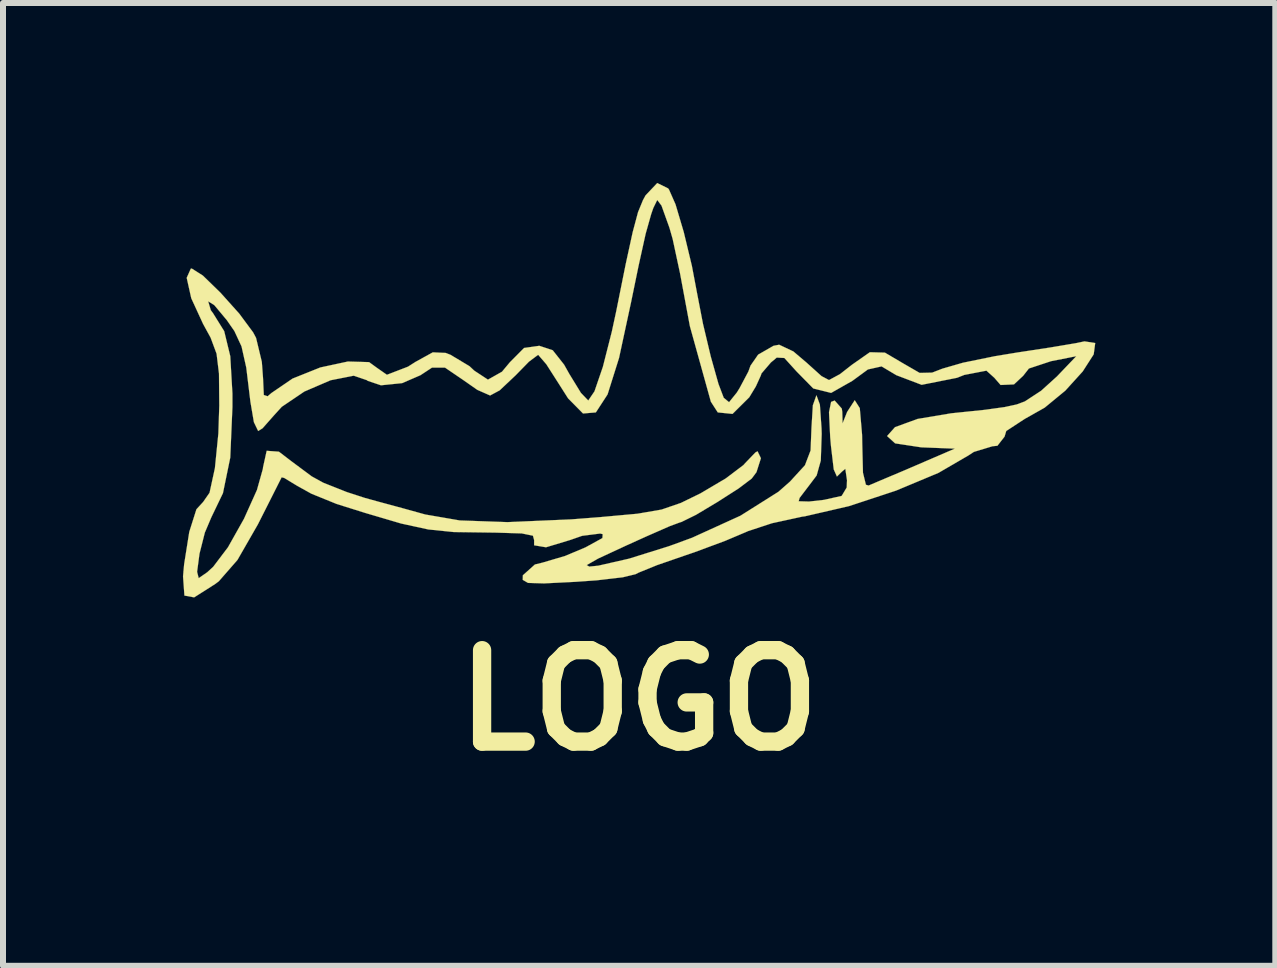
<source format=kicad_pcb>
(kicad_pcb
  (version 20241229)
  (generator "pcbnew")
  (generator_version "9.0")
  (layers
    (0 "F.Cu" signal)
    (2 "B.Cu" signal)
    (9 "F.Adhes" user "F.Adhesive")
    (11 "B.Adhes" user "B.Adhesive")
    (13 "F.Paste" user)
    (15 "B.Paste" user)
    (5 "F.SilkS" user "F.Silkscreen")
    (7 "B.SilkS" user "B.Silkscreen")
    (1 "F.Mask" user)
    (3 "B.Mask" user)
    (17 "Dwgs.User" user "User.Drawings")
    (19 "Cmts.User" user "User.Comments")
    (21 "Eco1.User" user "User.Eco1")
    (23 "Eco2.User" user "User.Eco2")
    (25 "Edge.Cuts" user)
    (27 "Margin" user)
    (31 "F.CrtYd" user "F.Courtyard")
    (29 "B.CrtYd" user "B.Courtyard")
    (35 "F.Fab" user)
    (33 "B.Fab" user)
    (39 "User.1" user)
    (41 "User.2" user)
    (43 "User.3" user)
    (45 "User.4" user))
  (footprint "LOGO"
    (layer "F.Cu")
    (at 7.598 3.542)
    (property "Reference" "LOGO" (at 0 5.08 0) (layer "F.SilkS") (effects (font (size 1.524 1.524) (thickness 0.305))))
    (attr through_hole)
    (fp_poly (pts (xy -7.412 3.365) (xy -7.336 3.317) (xy -7.336 3.045) (xy -7.363 2.939) (xy -7.323 2.637) (xy -7.234 2.286) (xy -7.125 2.029) (xy -6.932 1.628) (xy -6.81 1.034) (xy -6.774 0.193) (xy -6.774 -0.033) (xy -6.81 -0.655) (xy -6.911 -1.072) (xy -7.099 -1.374) (xy -7.135 -1.422) (xy -7.178 -1.57) (xy -7.076 -1.506) (xy -6.868 -1.257) (xy -6.741 -1.074) (xy -6.622 -0.818) (xy -6.543 -0.465) (xy -6.474 0.104) (xy -6.416 0.445) (xy -6.345 0.592) (xy -6.271 0.546) (xy -6.076 0.325) (xy -5.951 0.188) (xy -5.575 -0.066) (xy -5.138 -0.254) (xy -4.752 -0.33) (xy -4.529 -0.254) (xy -4.524 -0.246) (xy -4.298 -0.17) (xy -3.945 -0.206) (xy -3.64 -0.338) (xy -3.447 -0.465) (xy -3.231 -0.465) (xy -2.921 -0.254) (xy -2.692 -0.094) (xy -2.479 0) (xy -2.319 -0.086) (xy -2.052 -0.338) (xy -1.831 -0.564) (xy -1.681 -0.676) (xy -1.676 -0.676) (xy -1.542 -0.521) (xy -1.331 -0.191) (xy -1.179 0.048) (xy -0.93 0.3) (xy -0.716 0.282) (xy -0.521 -0.018) (xy -0.33 -0.625) (xy -0.13 -1.552) (xy -0.005 -2.159) (xy 0.114 -2.697) (xy 0.206 -3.023) (xy 0.241 -3.124) (xy 0.307 -3.259) (xy 0.378 -3.165) (xy 0.511 -2.794) (xy 0.564 -2.609) (xy 0.686 -2.042) (xy 0.851 -1.156) (xy 1.201 0.104) (xy 1.316 0.282) (xy 1.562 0.307) (xy 1.841 0.03) (xy 1.951 -0.152) (xy 2.032 -0.33) (xy 2.045 -0.368) (xy 2.202 -0.551) (xy 2.299 -0.632) (xy 2.426 -0.625) (xy 2.629 -0.401) (xy 2.908 -0.117) (xy 3.205 -0.043) (xy 3.559 -0.244) (xy 3.818 -0.434) (xy 4.046 -0.485) (xy 4.293 -0.338) (xy 4.714 -0.178) (xy 5.304 -0.295) (xy 5.425 -0.343) (xy 5.794 -0.414) (xy 5.926 -0.295) (xy 6.03 -0.175) (xy 6.253 -0.185) (xy 6.406 -0.328) (xy 6.502 -0.45) (xy 6.871 -0.572) (xy 7.292 -0.655) (xy 6.97 -0.318) (xy 6.706 -0.079) (xy 6.434 0.099) (xy 6.297 0.15) (xy 6.099 0.193) (xy 5.768 0.239) (xy 5.207 0.297) (xy 4.646 0.391) (xy 4.27 0.528) (xy 4.138 0.676) (xy 4.272 0.798) (xy 4.707 0.864) (xy 5.268 0.886) (xy 4.602 1.173) (xy 4.435 1.245) (xy 4.039 1.412) (xy 3.83 1.501) (xy 3.785 1.488) (xy 3.736 1.288) (xy 3.724 0.813) (xy 3.721 0.653) (xy 3.683 0.211) (xy 3.599 0.079) (xy 3.472 0.274) (xy 3.396 0.465) (xy 3.391 0.274) (xy 3.383 0.218) (xy 3.264 0.084) (xy 3.205 0.107) (xy 3.17 0.279) (xy 3.19 0.696) (xy 3.203 0.843) (xy 3.249 1.232) (xy 3.302 1.351) (xy 3.388 1.267) (xy 3.442 1.222) (xy 3.47 1.412) (xy 3.465 1.534) (xy 3.381 1.674) (xy 3.086 1.74) (xy 2.837 1.768) (xy 2.664 1.763) (xy 2.68 1.707) (xy 2.837 1.501) (xy 2.964 1.333) (xy 3.033 1.085) (xy 3.048 0.638) (xy 3.045 0.546) (xy 3.018 0.152) (xy 2.962 0) (xy 2.959 0) (xy 2.901 0.163) (xy 2.878 0.538) (xy 2.863 0.917) (xy 2.769 1.163) (xy 2.52 1.435) (xy 2.327 1.605) (xy 1.694 2.004) (xy 0.886 2.372) (xy 0.503 2.512) (xy -0.163 2.72) (xy -0.676 2.837) (xy -0.826 2.852) (xy -0.869 2.827) (xy -0.678 2.718) (xy -0.213 2.502) (xy 0.13 2.347) (xy 0.513 2.179) (xy 0.683 2.116) (xy 0.711 2.108) (xy 0.953 1.989) (xy 1.311 1.775) (xy 1.664 1.549) (xy 1.882 1.384) (xy 1.961 1.278) (xy 2.035 1.046) (xy 1.979 0.93) (xy 1.943 0.95) (xy 1.775 1.125) (xy 1.742 1.161) (xy 1.45 1.382) (xy 1.029 1.631) (xy 0.701 1.791) (xy 0.378 1.902) (xy -0.023 1.971) (xy -0.638 2.027) (xy -1.125 2.065) (xy -2.189 2.111) (xy -2.985 2.083) (xy -3.559 1.984) (xy -3.934 1.88) (xy -4.359 1.765) (xy -4.569 1.707) (xy -4.867 1.61) (xy -5.258 1.455) (xy -5.451 1.349) (xy -5.786 1.1) (xy -5.999 0.937) (xy -6.203 0.922) (xy -6.264 1.199) (xy -6.266 1.222) (xy -6.365 1.575) (xy -6.581 2.055) (xy -6.848 2.53) (xy -7.094 2.855) (xy -7.193 2.946) (xy -7.336 3.045) (xy -7.336 3.317) (xy -7.061 3.142) (xy -7 3.096) (xy -6.69 2.741) (xy -6.35 2.149) (xy -6.215 1.882) (xy -6.032 1.519) (xy -5.954 1.364) (xy -5.911 1.374) (xy -5.697 1.504) (xy -5.456 1.638) (xy -5.037 1.808) (xy -4.559 1.958) (xy -3.962 2.134) (xy -3.508 2.233) (xy -3.086 2.276) (xy -2.588 2.283) (xy -2.375 2.286) (xy -1.951 2.299) (xy -1.765 2.337) (xy -1.745 2.41) (xy -1.745 2.497) (xy -1.547 2.53) (xy -1.143 2.408) (xy -0.945 2.339) (xy -0.645 2.301) (xy -0.602 2.311) (xy -0.607 2.377) (xy -0.889 2.532) (xy -1.229 2.675) (xy -1.605 2.786) (xy -1.732 2.817) (xy -1.933 2.997) (xy -1.935 3.073) (xy -1.847 3.124) (xy -1.58 3.132) (xy -1.059 3.106) (xy -0.704 3.081) (xy -0.267 3.03) (xy -0.056 2.979) (xy 0 2.951) (xy 0.305 2.827) (xy 0.759 2.67) (xy 0.932 2.611) (xy 1.438 2.423) (xy 1.793 2.273) (xy 1.819 2.261) (xy 2.22 2.129) (xy 2.725 2.019) (xy 2.766 2.014) (xy 3.503 1.844) (xy 4.288 1.585) (xy 4.994 1.29) (xy 5.491 1.001) (xy 5.585 0.94) (xy 5.895 0.846) (xy 5.977 0.838) (xy 6.096 0.686) (xy 6.124 0.592) (xy 6.431 0.391) (xy 6.764 0.203) (xy 7.109 -0.081) (xy 7.399 -0.401) (xy 7.582 -0.686) (xy 7.607 -0.874) (xy 7.429 -0.902) (xy 7.28 -0.871) (xy 6.858 -0.8) (xy 6.307 -0.716) (xy 5.936 -0.655) (xy 5.403 -0.546) (xy 5.06 -0.447) (xy 4.889 -0.381) (xy 4.681 -0.376) (xy 4.404 -0.536) (xy 4.102 -0.714) (xy 3.851 -0.721) (xy 3.551 -0.511) (xy 3.353 -0.356) (xy 3.17 -0.257) (xy 3.045 -0.323) (xy 2.794 -0.549) (xy 2.576 -0.734) (xy 2.339 -0.846) (xy 2.245 -0.828) (xy 1.989 -0.681) (xy 1.862 -0.498) (xy 1.826 -0.399) (xy 1.679 -0.122) (xy 1.633 -0.048) (xy 1.504 0.112) (xy 1.415 0.038) (xy 1.328 -0.191) (xy 1.199 -0.65) (xy 1.069 -1.196) (xy 0.973 -1.692) (xy 0.884 -2.162) (xy 0.749 -2.723) (xy 0.612 -3.185) (xy 0.503 -3.432) (xy 0.488 -3.452) (xy 0.307 -3.541) (xy 0.112 -3.335) (xy 0.069 -3.256) (xy -0.013 -3.056) (xy -0.102 -2.723) (xy -0.218 -2.192) (xy -0.378 -1.397) (xy -0.45 -1.064) (xy -0.599 -0.478) (xy -0.739 -0.069) (xy -0.843 0.084) (xy -0.965 -0.043) (xy -1.158 -0.358) (xy -1.245 -0.513) (xy -1.435 -0.754) (xy -1.659 -0.828) (xy -1.913 -0.792) (xy -2.149 -0.554) (xy -2.281 -0.396) (xy -2.515 -0.264) (xy -2.743 -0.414) (xy -2.822 -0.488) (xy -3.139 -0.678) (xy -3.218 -0.709) (xy -3.434 -0.719) (xy -3.724 -0.559) (xy -3.848 -0.48) (xy -4.199 -0.345) (xy -4.371 -0.465) (xy -4.496 -0.556) (xy -4.849 -0.566) (xy -5.309 -0.467) (xy -5.771 -0.282) (xy -6.124 -0.041) (xy -6.187 0.013) (xy -6.251 -0.008) (xy -6.264 -0.292) (xy -6.284 -0.561) (xy -6.38 -0.96) (xy -6.429 -1.052) (xy -6.66 -1.364) (xy -6.972 -1.712) (xy -7.267 -1.999) (xy -7.452 -2.116) (xy -7.468 -2.113) (xy -7.536 -1.961) (xy -7.46 -1.621) (xy -7.262 -1.191) (xy -7.137 -0.963) (xy -7.038 -0.696) (xy -6.998 -0.366) (xy -6.993 0.168) (xy -7.008 0.632) (xy -7.066 1.212) (xy -7.155 1.621) (xy -7.262 1.775) (xy -7.374 1.897) (xy -7.493 2.273) (xy -7.579 2.814) (xy -7.597 3.015) (xy -7.574 3.335) (xy -7.412 3.365)) (stroke (width 0.003) (type solid)) (fill yes) (layer "F.SilkS")))
  (gr_rect
    (start -3 -3)
    (end 18.207 13.048)
    (stroke (width 0.1) (type default))
    (fill no)
    (layer "Edge.Cuts")))
</source>
